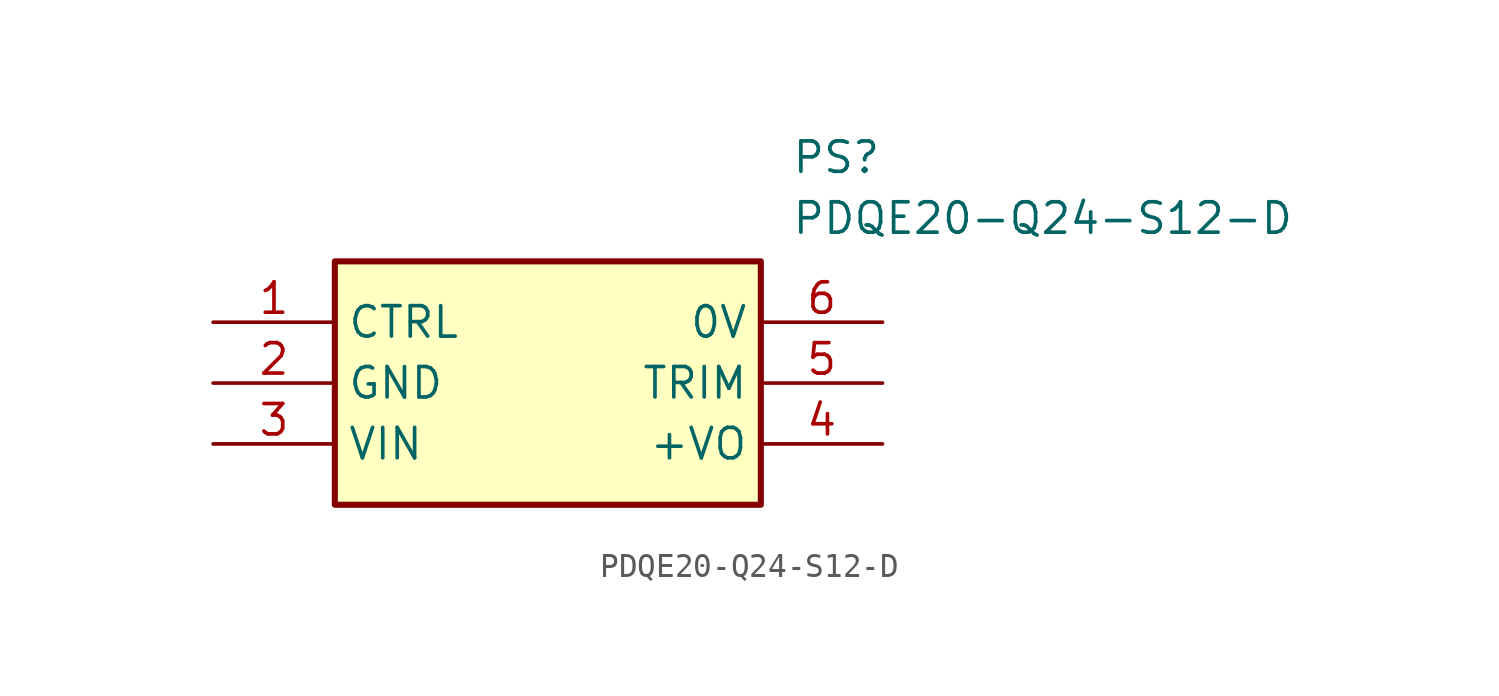
<source format=kicad_sym>
(kicad_symbol_lib
  (version 20211014)
  (generator SamacSys_ECAD_Model)
  (symbol "PDQE20-Q24-S12-D"
    (property "Reference" "PS"
      (at 24.13 7.62 0)
      (effects (font (size 1.27 1.27)) (justify left top)))
    (property "Value" "PDQE20-Q24-S12-D"
      (at 24.13 5.08 0)
      (effects (font (size 1.27 1.27)) (justify left top)))
    (rectangle
      (start 5.08 2.54)
      (end 22.86 -7.62)
      (stroke (width 0.254) (type default))
      (fill (type background)))
    (pin passive line
      (at 0 0 0)
      (length 5.08)
      (name "CTRL" (effects (font (size 1.27 1.27))))
      (number "1" (effects (font (size 1.27 1.27)))))
    (pin passive line
      (at 0 -2.54 0)
      (length 5.08)
      (name "GND" (effects (font (size 1.27 1.27))))
      (number "2" (effects (font (size 1.27 1.27)))))
    (pin passive line
      (at 0 -5.08 0)
      (length 5.08)
      (name "VIN" (effects (font (size 1.27 1.27))))
      (number "3" (effects (font (size 1.27 1.27)))))
    (pin passive line
      (at 27.94 -5.08 180)
      (length 5.08)
      (name "+VO" (effects (font (size 1.27 1.27))))
      (number "4" (effects (font (size 1.27 1.27)))))
    (pin passive line
      (at 27.94 -2.54 180)
      (length 5.08)
      (name "TRIM" (effects (font (size 1.27 1.27))))
      (number "5" (effects (font (size 1.27 1.27)))))
    (pin passive line
      (at 27.94 0 180)
      (length 5.08)
      (name "0V" (effects (font (size 1.27 1.27))))
      (number "6" (effects (font (size 1.27 1.27)))))))
</source>
